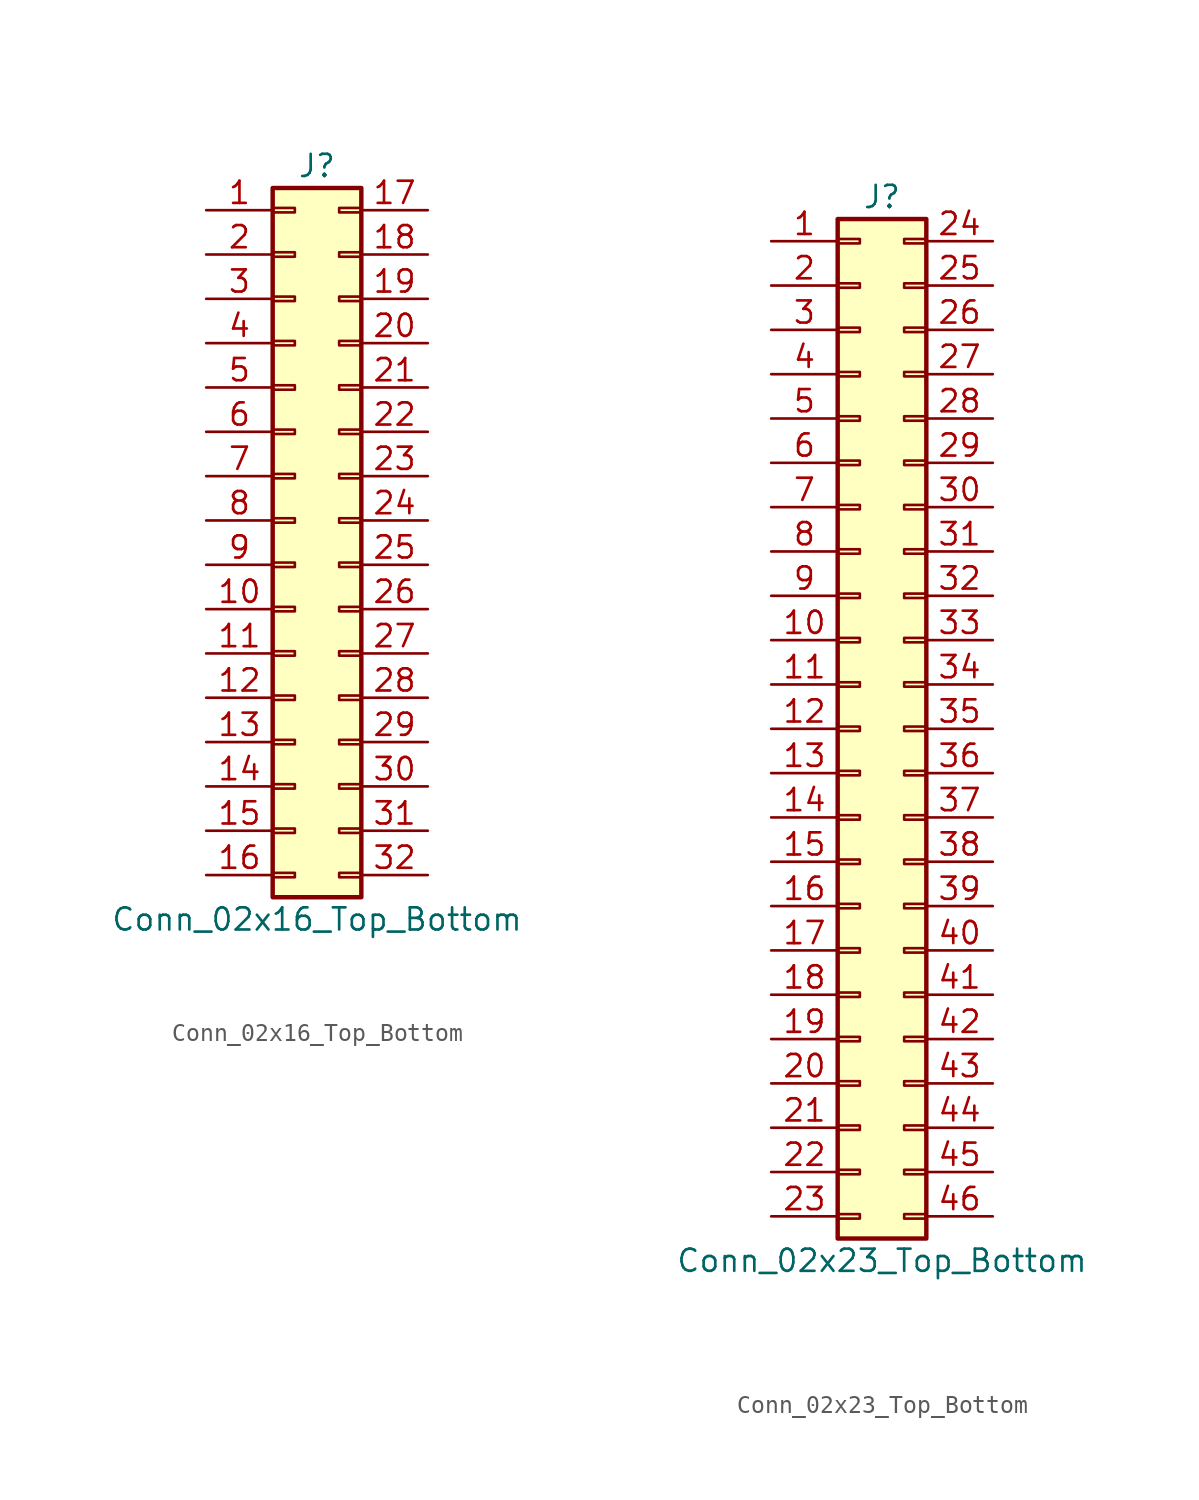
<source format=kicad_sym>
(kicad_symbol_lib
  (version 20220914)
  (generator kicad_symbol_editor)
  (symbol "Conn_02x16_Top_Bottom"
    (pin_names
      (offset 1.016) hide)
    (property "Reference" "J"
      (at 1.27 20.32 0)
      (effects (font (size 1.27 1.27))))
    (property "Value" "Conn_02x16_Top_Bottom"
      (at 1.27 -22.86 0)
      (effects (font (size 1.27 1.27))))
    (symbol "Conn_02x16_Top_Bottom_1_1"
      (rectangle (start -1.27 -20.193) (end 0 -20.447) (stroke (width 0.152) (type default)) (fill (type none)))
      (rectangle (start -1.27 -17.653) (end 0 -17.907) (stroke (width 0.152) (type default)) (fill (type none)))
      (rectangle (start -1.27 -15.113) (end 0 -15.367) (stroke (width 0.152) (type default)) (fill (type none)))
      (rectangle (start -1.27 -12.573) (end 0 -12.827) (stroke (width 0.152) (type default)) (fill (type none)))
      (rectangle (start -1.27 -10.033) (end 0 -10.287) (stroke (width 0.152) (type default)) (fill (type none)))
      (rectangle (start -1.27 -7.493) (end 0 -7.747) (stroke (width 0.152) (type default)) (fill (type none)))
      (rectangle (start -1.27 -4.953) (end 0 -5.207) (stroke (width 0.152) (type default)) (fill (type none)))
      (rectangle (start -1.27 -2.413) (end 0 -2.667) (stroke (width 0.152) (type default)) (fill (type none)))
      (rectangle (start -1.27 0.127) (end 0 -0.127) (stroke (width 0.152) (type default)) (fill (type none)))
      (rectangle (start -1.27 2.667) (end 0 2.413) (stroke (width 0.152) (type default)) (fill (type none)))
      (rectangle (start -1.27 5.207) (end 0 4.953) (stroke (width 0.152) (type default)) (fill (type none)))
      (rectangle (start -1.27 7.747) (end 0 7.493) (stroke (width 0.152) (type default)) (fill (type none)))
      (rectangle (start -1.27 10.287) (end 0 10.033) (stroke (width 0.152) (type default)) (fill (type none)))
      (rectangle (start -1.27 12.827) (end 0 12.573) (stroke (width 0.152) (type default)) (fill (type none)))
      (rectangle (start -1.27 15.367) (end 0 15.113) (stroke (width 0.152) (type default)) (fill (type none)))
      (rectangle (start -1.27 17.907) (end 0 17.653) (stroke (width 0.152) (type default)) (fill (type none)))
      (rectangle (start -1.27 19.05) (end 3.81 -21.59) (stroke (width 0.254) (type default)) (fill (type background)))
      (rectangle (start 3.81 -20.193) (end 2.54 -20.447) (stroke (width 0.152) (type default)) (fill (type none)))
      (rectangle (start 3.81 -17.653) (end 2.54 -17.907) (stroke (width 0.152) (type default)) (fill (type none)))
      (rectangle (start 3.81 -15.113) (end 2.54 -15.367) (stroke (width 0.152) (type default)) (fill (type none)))
      (rectangle (start 3.81 -12.573) (end 2.54 -12.827) (stroke (width 0.152) (type default)) (fill (type none)))
      (rectangle (start 3.81 -10.033) (end 2.54 -10.287) (stroke (width 0.152) (type default)) (fill (type none)))
      (rectangle (start 3.81 -7.493) (end 2.54 -7.747) (stroke (width 0.152) (type default)) (fill (type none)))
      (rectangle (start 3.81 -4.953) (end 2.54 -5.207) (stroke (width 0.152) (type default)) (fill (type none)))
      (rectangle (start 3.81 -2.413) (end 2.54 -2.667) (stroke (width 0.152) (type default)) (fill (type none)))
      (rectangle (start 3.81 0.127) (end 2.54 -0.127) (stroke (width 0.152) (type default)) (fill (type none)))
      (rectangle (start 3.81 2.667) (end 2.54 2.413) (stroke (width 0.152) (type default)) (fill (type none)))
      (rectangle (start 3.81 5.207) (end 2.54 4.953) (stroke (width 0.152) (type default)) (fill (type none)))
      (rectangle (start 3.81 7.747) (end 2.54 7.493) (stroke (width 0.152) (type default)) (fill (type none)))
      (rectangle (start 3.81 10.287) (end 2.54 10.033) (stroke (width 0.152) (type default)) (fill (type none)))
      (rectangle (start 3.81 12.827) (end 2.54 12.573) (stroke (width 0.152) (type default)) (fill (type none)))
      (rectangle (start 3.81 15.367) (end 2.54 15.113) (stroke (width 0.152) (type default)) (fill (type none)))
      (rectangle (start 3.81 17.907) (end 2.54 17.653) (stroke (width 0.152) (type default)) (fill (type none)))
      (pin passive line (at -5.08 17.78 0) (length 3.81) (name "Pin_1" (effects (font (size 1.27 1.27)))) (number "1" (effects (font (size 1.27 1.27)))))
      (pin passive line (at -5.08 -5.08 0) (length 3.81) (name "Pin_10" (effects (font (size 1.27 1.27)))) (number "10" (effects (font (size 1.27 1.27)))))
      (pin passive line (at -5.08 -7.62 0) (length 3.81) (name "Pin_11" (effects (font (size 1.27 1.27)))) (number "11" (effects (font (size 1.27 1.27)))))
      (pin passive line (at -5.08 -10.16 0) (length 3.81) (name "Pin_12" (effects (font (size 1.27 1.27)))) (number "12" (effects (font (size 1.27 1.27)))))
      (pin passive line (at -5.08 -12.7 0) (length 3.81) (name "Pin_13" (effects (font (size 1.27 1.27)))) (number "13" (effects (font (size 1.27 1.27)))))
      (pin passive line (at -5.08 -15.24 0) (length 3.81) (name "Pin_14" (effects (font (size 1.27 1.27)))) (number "14" (effects (font (size 1.27 1.27)))))
      (pin passive line (at -5.08 -17.78 0) (length 3.81) (name "Pin_15" (effects (font (size 1.27 1.27)))) (number "15" (effects (font (size 1.27 1.27)))))
      (pin passive line (at -5.08 -20.32 0) (length 3.81) (name "Pin_16" (effects (font (size 1.27 1.27)))) (number "16" (effects (font (size 1.27 1.27)))))
      (pin passive line (at 7.62 17.78 180) (length 3.81) (name "Pin_17" (effects (font (size 1.27 1.27)))) (number "17" (effects (font (size 1.27 1.27)))))
      (pin passive line (at 7.62 15.24 180) (length 3.81) (name "Pin_18" (effects (font (size 1.27 1.27)))) (number "18" (effects (font (size 1.27 1.27)))))
      (pin passive line (at 7.62 12.7 180) (length 3.81) (name "Pin_19" (effects (font (size 1.27 1.27)))) (number "19" (effects (font (size 1.27 1.27)))))
      (pin passive line (at -5.08 15.24 0) (length 3.81) (name "Pin_2" (effects (font (size 1.27 1.27)))) (number "2" (effects (font (size 1.27 1.27)))))
      (pin passive line (at 7.62 10.16 180) (length 3.81) (name "Pin_20" (effects (font (size 1.27 1.27)))) (number "20" (effects (font (size 1.27 1.27)))))
      (pin passive line (at 7.62 7.62 180) (length 3.81) (name "Pin_21" (effects (font (size 1.27 1.27)))) (number "21" (effects (font (size 1.27 1.27)))))
      (pin passive line (at 7.62 5.08 180) (length 3.81) (name "Pin_22" (effects (font (size 1.27 1.27)))) (number "22" (effects (font (size 1.27 1.27)))))
      (pin passive line (at 7.62 2.54 180) (length 3.81) (name "Pin_23" (effects (font (size 1.27 1.27)))) (number "23" (effects (font (size 1.27 1.27)))))
      (pin passive line (at 7.62 0 180) (length 3.81) (name "Pin_24" (effects (font (size 1.27 1.27)))) (number "24" (effects (font (size 1.27 1.27)))))
      (pin passive line (at 7.62 -2.54 180) (length 3.81) (name "Pin_25" (effects (font (size 1.27 1.27)))) (number "25" (effects (font (size 1.27 1.27)))))
      (pin passive line (at 7.62 -5.08 180) (length 3.81) (name "Pin_26" (effects (font (size 1.27 1.27)))) (number "26" (effects (font (size 1.27 1.27)))))
      (pin passive line (at 7.62 -7.62 180) (length 3.81) (name "Pin_27" (effects (font (size 1.27 1.27)))) (number "27" (effects (font (size 1.27 1.27)))))
      (pin passive line (at 7.62 -10.16 180) (length 3.81) (name "Pin_28" (effects (font (size 1.27 1.27)))) (number "28" (effects (font (size 1.27 1.27)))))
      (pin passive line (at 7.62 -12.7 180) (length 3.81) (name "Pin_29" (effects (font (size 1.27 1.27)))) (number "29" (effects (font (size 1.27 1.27)))))
      (pin passive line (at -5.08 12.7 0) (length 3.81) (name "Pin_3" (effects (font (size 1.27 1.27)))) (number "3" (effects (font (size 1.27 1.27)))))
      (pin passive line (at 7.62 -15.24 180) (length 3.81) (name "Pin_30" (effects (font (size 1.27 1.27)))) (number "30" (effects (font (size 1.27 1.27)))))
      (pin passive line (at 7.62 -17.78 180) (length 3.81) (name "Pin_31" (effects (font (size 1.27 1.27)))) (number "31" (effects (font (size 1.27 1.27)))))
      (pin passive line (at 7.62 -20.32 180) (length 3.81) (name "Pin_32" (effects (font (size 1.27 1.27)))) (number "32" (effects (font (size 1.27 1.27)))))
      (pin passive line (at -5.08 10.16 0) (length 3.81) (name "Pin_4" (effects (font (size 1.27 1.27)))) (number "4" (effects (font (size 1.27 1.27)))))
      (pin passive line (at -5.08 7.62 0) (length 3.81) (name "Pin_5" (effects (font (size 1.27 1.27)))) (number "5" (effects (font (size 1.27 1.27)))))
      (pin passive line (at -5.08 5.08 0) (length 3.81) (name "Pin_6" (effects (font (size 1.27 1.27)))) (number "6" (effects (font (size 1.27 1.27)))))
      (pin passive line (at -5.08 2.54 0) (length 3.81) (name "Pin_7" (effects (font (size 1.27 1.27)))) (number "7" (effects (font (size 1.27 1.27)))))
      (pin passive line (at -5.08 0 0) (length 3.81) (name "Pin_8" (effects (font (size 1.27 1.27)))) (number "8" (effects (font (size 1.27 1.27)))))
      (pin passive line (at -5.08 -2.54 0) (length 3.81) (name "Pin_9" (effects (font (size 1.27 1.27)))) (number "9" (effects (font (size 1.27 1.27)))))))
  (symbol "Conn_02x23_Top_Bottom"
    (pin_names
      (offset 1.016) hide)
    (property "Reference" "J"
      (at 1.27 30.48 0)
      (effects (font (size 1.27 1.27))))
    (property "Value" "Conn_02x23_Top_Bottom"
      (at 1.27 -30.48 0)
      (effects (font (size 1.27 1.27))))
    (symbol "Conn_02x23_Top_Bottom_1_1"
      (rectangle (start -1.27 -27.813) (end 0 -28.067) (stroke (width 0.152) (type default)) (fill (type none)))
      (rectangle (start -1.27 -25.273) (end 0 -25.527) (stroke (width 0.152) (type default)) (fill (type none)))
      (rectangle (start -1.27 -22.733) (end 0 -22.987) (stroke (width 0.152) (type default)) (fill (type none)))
      (rectangle (start -1.27 -20.193) (end 0 -20.447) (stroke (width 0.152) (type default)) (fill (type none)))
      (rectangle (start -1.27 -17.653) (end 0 -17.907) (stroke (width 0.152) (type default)) (fill (type none)))
      (rectangle (start -1.27 -15.113) (end 0 -15.367) (stroke (width 0.152) (type default)) (fill (type none)))
      (rectangle (start -1.27 -12.573) (end 0 -12.827) (stroke (width 0.152) (type default)) (fill (type none)))
      (rectangle (start -1.27 -10.033) (end 0 -10.287) (stroke (width 0.152) (type default)) (fill (type none)))
      (rectangle (start -1.27 -7.493) (end 0 -7.747) (stroke (width 0.152) (type default)) (fill (type none)))
      (rectangle (start -1.27 -4.953) (end 0 -5.207) (stroke (width 0.152) (type default)) (fill (type none)))
      (rectangle (start -1.27 -2.413) (end 0 -2.667) (stroke (width 0.152) (type default)) (fill (type none)))
      (rectangle (start -1.27 0.127) (end 0 -0.127) (stroke (width 0.152) (type default)) (fill (type none)))
      (rectangle (start -1.27 2.667) (end 0 2.413) (stroke (width 0.152) (type default)) (fill (type none)))
      (rectangle (start -1.27 5.207) (end 0 4.953) (stroke (width 0.152) (type default)) (fill (type none)))
      (rectangle (start -1.27 7.747) (end 0 7.493) (stroke (width 0.152) (type default)) (fill (type none)))
      (rectangle (start -1.27 10.287) (end 0 10.033) (stroke (width 0.152) (type default)) (fill (type none)))
      (rectangle (start -1.27 12.827) (end 0 12.573) (stroke (width 0.152) (type default)) (fill (type none)))
      (rectangle (start -1.27 15.367) (end 0 15.113) (stroke (width 0.152) (type default)) (fill (type none)))
      (rectangle (start -1.27 17.907) (end 0 17.653) (stroke (width 0.152) (type default)) (fill (type none)))
      (rectangle (start -1.27 20.447) (end 0 20.193) (stroke (width 0.152) (type default)) (fill (type none)))
      (rectangle (start -1.27 22.987) (end 0 22.733) (stroke (width 0.152) (type default)) (fill (type none)))
      (rectangle (start -1.27 25.527) (end 0 25.273) (stroke (width 0.152) (type default)) (fill (type none)))
      (rectangle (start -1.27 28.067) (end 0 27.813) (stroke (width 0.152) (type default)) (fill (type none)))
      (rectangle (start -1.27 29.21) (end 3.81 -29.21) (stroke (width 0.254) (type default)) (fill (type background)))
      (rectangle (start 3.81 -27.813) (end 2.54 -28.067) (stroke (width 0.152) (type default)) (fill (type none)))
      (rectangle (start 3.81 -25.273) (end 2.54 -25.527) (stroke (width 0.152) (type default)) (fill (type none)))
      (rectangle (start 3.81 -22.733) (end 2.54 -22.987) (stroke (width 0.152) (type default)) (fill (type none)))
      (rectangle (start 3.81 -20.193) (end 2.54 -20.447) (stroke (width 0.152) (type default)) (fill (type none)))
      (rectangle (start 3.81 -17.653) (end 2.54 -17.907) (stroke (width 0.152) (type default)) (fill (type none)))
      (rectangle (start 3.81 -15.113) (end 2.54 -15.367) (stroke (width 0.152) (type default)) (fill (type none)))
      (rectangle (start 3.81 -12.573) (end 2.54 -12.827) (stroke (width 0.152) (type default)) (fill (type none)))
      (rectangle (start 3.81 -10.033) (end 2.54 -10.287) (stroke (width 0.152) (type default)) (fill (type none)))
      (rectangle (start 3.81 -7.493) (end 2.54 -7.747) (stroke (width 0.152) (type default)) (fill (type none)))
      (rectangle (start 3.81 -4.953) (end 2.54 -5.207) (stroke (width 0.152) (type default)) (fill (type none)))
      (rectangle (start 3.81 -2.413) (end 2.54 -2.667) (stroke (width 0.152) (type default)) (fill (type none)))
      (rectangle (start 3.81 0.127) (end 2.54 -0.127) (stroke (width 0.152) (type default)) (fill (type none)))
      (rectangle (start 3.81 2.667) (end 2.54 2.413) (stroke (width 0.152) (type default)) (fill (type none)))
      (rectangle (start 3.81 5.207) (end 2.54 4.953) (stroke (width 0.152) (type default)) (fill (type none)))
      (rectangle (start 3.81 7.747) (end 2.54 7.493) (stroke (width 0.152) (type default)) (fill (type none)))
      (rectangle (start 3.81 10.287) (end 2.54 10.033) (stroke (width 0.152) (type default)) (fill (type none)))
      (rectangle (start 3.81 12.827) (end 2.54 12.573) (stroke (width 0.152) (type default)) (fill (type none)))
      (rectangle (start 3.81 15.367) (end 2.54 15.113) (stroke (width 0.152) (type default)) (fill (type none)))
      (rectangle (start 3.81 17.907) (end 2.54 17.653) (stroke (width 0.152) (type default)) (fill (type none)))
      (rectangle (start 3.81 20.447) (end 2.54 20.193) (stroke (width 0.152) (type default)) (fill (type none)))
      (rectangle (start 3.81 22.987) (end 2.54 22.733) (stroke (width 0.152) (type default)) (fill (type none)))
      (rectangle (start 3.81 25.527) (end 2.54 25.273) (stroke (width 0.152) (type default)) (fill (type none)))
      (rectangle (start 3.81 28.067) (end 2.54 27.813) (stroke (width 0.152) (type default)) (fill (type none)))
      (pin passive line (at -5.08 27.94 0) (length 3.81) (name "Pin_1" (effects (font (size 1.27 1.27)))) (number "1" (effects (font (size 1.27 1.27)))))
      (pin passive line (at -5.08 5.08 0) (length 3.81) (name "Pin_10" (effects (font (size 1.27 1.27)))) (number "10" (effects (font (size 1.27 1.27)))))
      (pin passive line (at -5.08 2.54 0) (length 3.81) (name "Pin_11" (effects (font (size 1.27 1.27)))) (number "11" (effects (font (size 1.27 1.27)))))
      (pin passive line (at -5.08 0 0) (length 3.81) (name "Pin_12" (effects (font (size 1.27 1.27)))) (number "12" (effects (font (size 1.27 1.27)))))
      (pin passive line (at -5.08 -2.54 0) (length 3.81) (name "Pin_13" (effects (font (size 1.27 1.27)))) (number "13" (effects (font (size 1.27 1.27)))))
      (pin passive line (at -5.08 -5.08 0) (length 3.81) (name "Pin_14" (effects (font (size 1.27 1.27)))) (number "14" (effects (font (size 1.27 1.27)))))
      (pin passive line (at -5.08 -7.62 0) (length 3.81) (name "Pin_15" (effects (font (size 1.27 1.27)))) (number "15" (effects (font (size 1.27 1.27)))))
      (pin passive line (at -5.08 -10.16 0) (length 3.81) (name "Pin_16" (effects (font (size 1.27 1.27)))) (number "16" (effects (font (size 1.27 1.27)))))
      (pin passive line (at -5.08 -12.7 0) (length 3.81) (name "Pin_17" (effects (font (size 1.27 1.27)))) (number "17" (effects (font (size 1.27 1.27)))))
      (pin passive line (at -5.08 -15.24 0) (length 3.81) (name "Pin_18" (effects (font (size 1.27 1.27)))) (number "18" (effects (font (size 1.27 1.27)))))
      (pin passive line (at -5.08 -17.78 0) (length 3.81) (name "Pin_19" (effects (font (size 1.27 1.27)))) (number "19" (effects (font (size 1.27 1.27)))))
      (pin passive line (at -5.08 25.4 0) (length 3.81) (name "Pin_2" (effects (font (size 1.27 1.27)))) (number "2" (effects (font (size 1.27 1.27)))))
      (pin passive line (at -5.08 -20.32 0) (length 3.81) (name "Pin_20" (effects (font (size 1.27 1.27)))) (number "20" (effects (font (size 1.27 1.27)))))
      (pin passive line (at -5.08 -22.86 0) (length 3.81) (name "Pin_21" (effects (font (size 1.27 1.27)))) (number "21" (effects (font (size 1.27 1.27)))))
      (pin passive line (at -5.08 -25.4 0) (length 3.81) (name "Pin_22" (effects (font (size 1.27 1.27)))) (number "22" (effects (font (size 1.27 1.27)))))
      (pin passive line (at -5.08 -27.94 0) (length 3.81) (name "Pin_23" (effects (font (size 1.27 1.27)))) (number "23" (effects (font (size 1.27 1.27)))))
      (pin passive line (at 7.62 27.94 180) (length 3.81) (name "Pin_24" (effects (font (size 1.27 1.27)))) (number "24" (effects (font (size 1.27 1.27)))))
      (pin passive line (at 7.62 25.4 180) (length 3.81) (name "Pin_25" (effects (font (size 1.27 1.27)))) (number "25" (effects (font (size 1.27 1.27)))))
      (pin passive line (at 7.62 22.86 180) (length 3.81) (name "Pin_26" (effects (font (size 1.27 1.27)))) (number "26" (effects (font (size 1.27 1.27)))))
      (pin passive line (at 7.62 20.32 180) (length 3.81) (name "Pin_27" (effects (font (size 1.27 1.27)))) (number "27" (effects (font (size 1.27 1.27)))))
      (pin passive line (at 7.62 17.78 180) (length 3.81) (name "Pin_28" (effects (font (size 1.27 1.27)))) (number "28" (effects (font (size 1.27 1.27)))))
      (pin passive line (at 7.62 15.24 180) (length 3.81) (name "Pin_29" (effects (font (size 1.27 1.27)))) (number "29" (effects (font (size 1.27 1.27)))))
      (pin passive line (at -5.08 22.86 0) (length 3.81) (name "Pin_3" (effects (font (size 1.27 1.27)))) (number "3" (effects (font (size 1.27 1.27)))))
      (pin passive line (at 7.62 12.7 180) (length 3.81) (name "Pin_30" (effects (font (size 1.27 1.27)))) (number "30" (effects (font (size 1.27 1.27)))))
      (pin passive line (at 7.62 10.16 180) (length 3.81) (name "Pin_31" (effects (font (size 1.27 1.27)))) (number "31" (effects (font (size 1.27 1.27)))))
      (pin passive line (at 7.62 7.62 180) (length 3.81) (name "Pin_32" (effects (font (size 1.27 1.27)))) (number "32" (effects (font (size 1.27 1.27)))))
      (pin passive line (at 7.62 5.08 180) (length 3.81) (name "Pin_33" (effects (font (size 1.27 1.27)))) (number "33" (effects (font (size 1.27 1.27)))))
      (pin passive line (at 7.62 2.54 180) (length 3.81) (name "Pin_34" (effects (font (size 1.27 1.27)))) (number "34" (effects (font (size 1.27 1.27)))))
      (pin passive line (at 7.62 0 180) (length 3.81) (name "Pin_35" (effects (font (size 1.27 1.27)))) (number "35" (effects (font (size 1.27 1.27)))))
      (pin passive line (at 7.62 -2.54 180) (length 3.81) (name "Pin_36" (effects (font (size 1.27 1.27)))) (number "36" (effects (font (size 1.27 1.27)))))
      (pin passive line (at 7.62 -5.08 180) (length 3.81) (name "Pin_37" (effects (font (size 1.27 1.27)))) (number "37" (effects (font (size 1.27 1.27)))))
      (pin passive line (at 7.62 -7.62 180) (length 3.81) (name "Pin_38" (effects (font (size 1.27 1.27)))) (number "38" (effects (font (size 1.27 1.27)))))
      (pin passive line (at 7.62 -10.16 180) (length 3.81) (name "Pin_39" (effects (font (size 1.27 1.27)))) (number "39" (effects (font (size 1.27 1.27)))))
      (pin passive line (at -5.08 20.32 0) (length 3.81) (name "Pin_4" (effects (font (size 1.27 1.27)))) (number "4" (effects (font (size 1.27 1.27)))))
      (pin passive line (at 7.62 -12.7 180) (length 3.81) (name "Pin_40" (effects (font (size 1.27 1.27)))) (number "40" (effects (font (size 1.27 1.27)))))
      (pin passive line (at 7.62 -15.24 180) (length 3.81) (name "Pin_41" (effects (font (size 1.27 1.27)))) (number "41" (effects (font (size 1.27 1.27)))))
      (pin passive line (at 7.62 -17.78 180) (length 3.81) (name "Pin_42" (effects (font (size 1.27 1.27)))) (number "42" (effects (font (size 1.27 1.27)))))
      (pin passive line (at 7.62 -20.32 180) (length 3.81) (name "Pin_43" (effects (font (size 1.27 1.27)))) (number "43" (effects (font (size 1.27 1.27)))))
      (pin passive line (at 7.62 -22.86 180) (length 3.81) (name "Pin_44" (effects (font (size 1.27 1.27)))) (number "44" (effects (font (size 1.27 1.27)))))
      (pin passive line (at 7.62 -25.4 180) (length 3.81) (name "Pin_45" (effects (font (size 1.27 1.27)))) (number "45" (effects (font (size 1.27 1.27)))))
      (pin passive line (at 7.62 -27.94 180) (length 3.81) (name "Pin_46" (effects (font (size 1.27 1.27)))) (number "46" (effects (font (size 1.27 1.27)))))
      (pin passive line (at -5.08 17.78 0) (length 3.81) (name "Pin_5" (effects (font (size 1.27 1.27)))) (number "5" (effects (font (size 1.27 1.27)))))
      (pin passive line (at -5.08 15.24 0) (length 3.81) (name "Pin_6" (effects (font (size 1.27 1.27)))) (number "6" (effects (font (size 1.27 1.27)))))
      (pin passive line (at -5.08 12.7 0) (length 3.81) (name "Pin_7" (effects (font (size 1.27 1.27)))) (number "7" (effects (font (size 1.27 1.27)))))
      (pin passive line (at -5.08 10.16 0) (length 3.81) (name "Pin_8" (effects (font (size 1.27 1.27)))) (number "8" (effects (font (size 1.27 1.27)))))
      (pin passive line (at -5.08 7.62 0) (length 3.81) (name "Pin_9" (effects (font (size 1.27 1.27)))) (number "9" (effects (font (size 1.27 1.27))))))))
</source>
